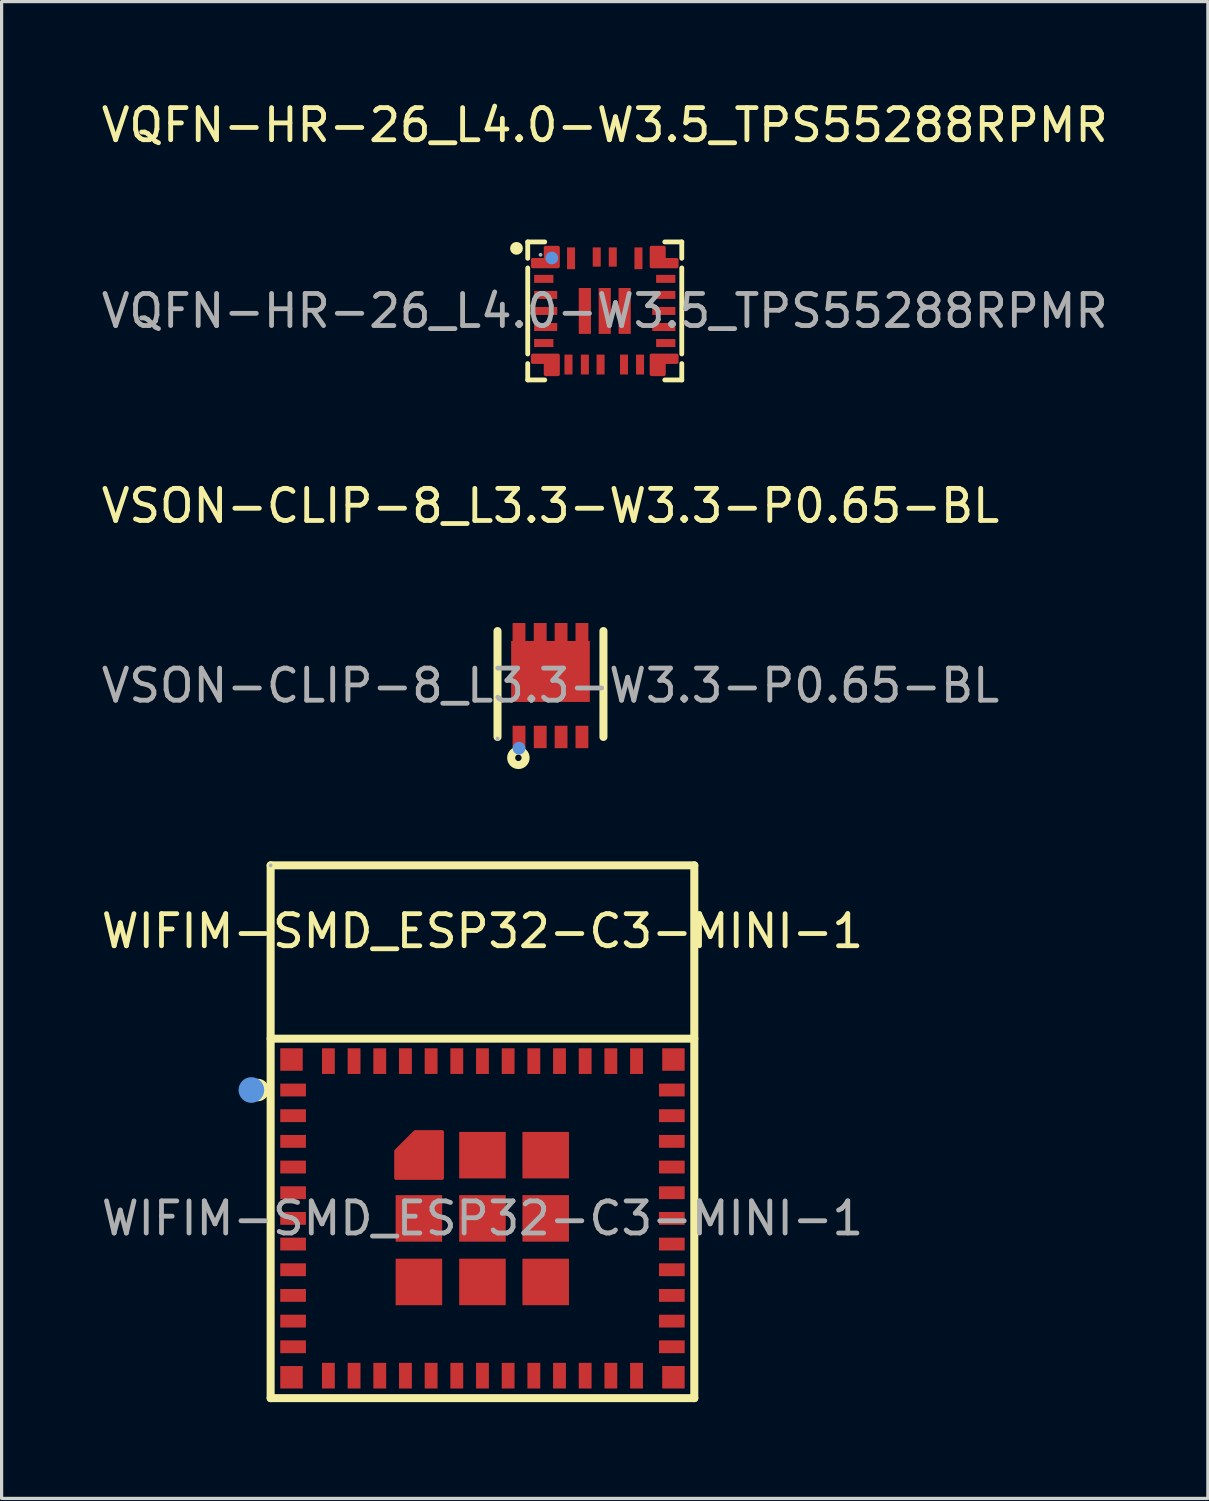
<source format=kicad_pcb>
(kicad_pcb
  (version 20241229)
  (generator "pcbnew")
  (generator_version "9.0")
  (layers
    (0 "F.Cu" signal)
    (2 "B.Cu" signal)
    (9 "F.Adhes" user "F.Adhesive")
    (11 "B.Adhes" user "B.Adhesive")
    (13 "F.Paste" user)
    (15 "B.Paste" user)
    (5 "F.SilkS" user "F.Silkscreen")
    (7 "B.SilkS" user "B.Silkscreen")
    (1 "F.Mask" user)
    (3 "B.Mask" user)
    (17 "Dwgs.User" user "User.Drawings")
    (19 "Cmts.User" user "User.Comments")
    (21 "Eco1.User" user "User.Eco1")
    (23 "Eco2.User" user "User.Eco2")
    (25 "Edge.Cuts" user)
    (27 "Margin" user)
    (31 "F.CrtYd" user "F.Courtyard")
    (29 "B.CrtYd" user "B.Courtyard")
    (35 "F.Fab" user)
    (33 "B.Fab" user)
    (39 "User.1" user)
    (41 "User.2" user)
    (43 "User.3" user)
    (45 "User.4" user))
  (footprint "VSON-CLIP-8_L3.3-W3.3-P0.65-BL"
    (layer "F.Cu")
    (at 14.101 18.311)
    (property "Reference" "VSON-CLIP-8_L3.3-W3.3-P0.65-BL" (at 0 -5.6 0) (layer "F.SilkS") (effects (font (size 1 1) (thickness 0.15))))
    (attr smd)
    (fp_line (start -1.65 -1.7) (end -1.65 1.6) (stroke (width 0.25) (type solid)) (layer "F.SilkS"))
    (fp_line (start 1.65 -1.7) (end 1.65 1.6) (stroke (width 0.25) (type solid)) (layer "F.SilkS"))
    (fp_circle (center -1 2.25) (end -0.9 2.25) (stroke (width 0.25) (type solid)) (fill no) (layer "F.SilkS"))
    (fp_circle (center -0.98 1.95) (end -0.88 1.95) (stroke (width 0.2) (type solid)) (fill no) (layer "Cmts.User"))
    (fp_circle (center -1.65 1.65) (end -1.62 1.65) (stroke (width 0.06) (type solid)) (fill no) (layer "F.Fab"))
    (fp_text user "${REFERENCE}" (at 0 0 0) (layer "F.Fab") (effects (font (size 1 1) (thickness 0.15))))
    (pad "1" smd rect (at -0.98 1.6) (size 0.4 0.7) (layers "F.Cu" "F.Mask" "F.Paste"))
    (pad "2" smd rect (at -0.32 1.6) (size 0.4 0.7) (layers "F.Cu" "F.Mask" "F.Paste"))
    (pad "3" smd rect (at 0.33 1.6) (size 0.4 0.7) (layers "F.Cu" "F.Mask" "F.Paste"))
    (pad "4" smd rect (at 0.98 1.6) (size 0.4 0.7) (layers "F.Cu" "F.Mask" "F.Paste"))
    (pad "5" smd rect (at 0.98 -1.6) (size 0.4 0.7) (layers "F.Cu" "F.Mask" "F.Paste"))
    (pad "6" smd rect (at 0.33 -1.6) (size 0.4 0.7) (layers "F.Cu" "F.Mask" "F.Paste"))
    (pad "7" smd rect (at -0.32 -1.6) (size 0.4 0.7) (layers "F.Cu" "F.Mask" "F.Paste"))
    (pad "8" smd rect (at -0.98 -1.6) (size 0.4 0.7) (layers "F.Cu" "F.Mask" "F.Paste"))
    (pad "8" smd rect (at 0 -0.44) (size 2.45 1.9) (layers "F.Cu" "F.Mask" "F.Paste")))
  (footprint "VQFN-HR-26_L4.0-W3.5_TPS55288RPMR"
    (layer "F.Cu")
    (at 15.792 6.638)
    (property "Reference" "VQFN-HR-26_L4.0-W3.5_TPS55288RPMR" (at 0 -5.79 0) (layer "F.SilkS") (effects (font (size 1 1) (thickness 0.15))))
    (attr smd)
    (fp_line (start -2.4 -2.15) (end -2.4 -1.64) (stroke (width 0.15) (type solid)) (layer "F.SilkS"))
    (fp_line (start -2.4 -1.34) (end -2.4 1.34) (stroke (width 0.15) (type solid)) (layer "F.SilkS"))
    (fp_line (start -2.4 1.64) (end -2.4 2.15) (stroke (width 0.15) (type solid)) (layer "F.SilkS"))
    (fp_line (start -2.4 2.15) (end -1.87 2.15) (stroke (width 0.15) (type solid)) (layer "F.SilkS"))
    (fp_line (start -1.87 -2.15) (end -2.4 -2.15) (stroke (width 0.15) (type solid)) (layer "F.SilkS"))
    (fp_line (start 1.87 2.15) (end 2.4 2.15) (stroke (width 0.15) (type solid)) (layer "F.SilkS"))
    (fp_line (start 2.4 -2.15) (end 1.87 -2.15) (stroke (width 0.15) (type solid)) (layer "F.SilkS"))
    (fp_line (start 2.4 -1.64) (end 2.4 -2.15) (stroke (width 0.15) (type solid)) (layer "F.SilkS"))
    (fp_line (start 2.4 1.34) (end 2.4 -1.34) (stroke (width 0.15) (type solid)) (layer "F.SilkS"))
    (fp_line (start 2.4 2.15) (end 2.4 1.64) (stroke (width 0.15) (type solid)) (layer "F.SilkS"))
    (fp_circle (center -2.75 -1.95) (end -2.65 -1.95) (stroke (width 0.2) (type solid)) (fill no) (layer "F.SilkS"))
    (fp_circle (center -1.65 -1.65) (end -1.55 -1.65) (stroke (width 0.2) (type solid)) (fill no) (layer "Cmts.User"))
    (fp_circle (center -2 -1.75) (end -1.97 -1.75) (stroke (width 0.06) (type solid)) (fill no) (layer "F.Fab"))
    (fp_text user "${REFERENCE}" (at 0 0 0) (layer "F.Fab") (effects (font (size 1 1) (thickness 0.15))))
    (pad "1" smd custom (at -1.85 -1.79) (size 0.01 0.01) (layers "F.Cu" "F.Mask" "F.Paste") (options (anchor circle)) (primitives (gr_poly (pts (xy 0.4 0.41) (xy 0.4 -0.19) (xy 0 -0.19) (xy 0 0.19) (xy -0.4 0.19) (xy -0.4 0.41)) (width 0.1) (fill yes))))
    (pad "2" smd rect (at -1.9 -1) (size 0.6 0.25) (layers "F.Cu" "F.Mask" "F.Paste"))
    (pad "3" smd rect (at -1.84 -0.5) (size 0.72 0.25) (layers "F.Cu" "F.Mask" "F.Paste"))
    (pad "4" smd rect (at -1.84 0) (size 0.72 0.25) (layers "F.Cu" "F.Mask" "F.Paste"))
    (pad "5" smd rect (at -1.84 0.5) (size 0.72 0.25) (layers "F.Cu" "F.Mask" "F.Paste"))
    (pad "6" smd rect (at -1.9 1) (size 0.6 0.25) (layers "F.Cu" "F.Mask" "F.Paste"))
    (pad "7" smd custom (at -1.85 1.79) (size 0.01 0.01) (layers "F.Cu" "F.Mask" "F.Paste") (options (anchor circle)) (primitives (gr_poly (pts (xy 0.4 -0.41) (xy 0.4 0.19) (xy 0 0.19) (xy 0 -0.19) (xy -0.4 -0.19) (xy -0.4 -0.41)) (width 0.1) (fill yes))))
    (pad "8" smd rect (at -1.13 1.67) (size 0.25 0.62) (layers "F.Cu" "F.Mask" "F.Paste"))
    (pad "9" smd rect (at -0.62 1.67) (size 0.25 0.62) (layers "F.Cu" "F.Mask" "F.Paste"))
    (pad "10" smd rect (at -0.13 1.67) (size 0.25 0.62) (layers "F.Cu" "F.Mask" "F.Paste"))
    (pad "11" smd rect (at 0.6 1.67) (size 0.25 0.62) (layers "F.Cu" "F.Mask" "F.Paste"))
    (pad "12" smd rect (at 1.1 1.67) (size 0.25 0.62) (layers "F.Cu" "F.Mask" "F.Paste"))
    (pad "13" smd custom (at 1.85 1.79) (size 0.01 0.01) (layers "F.Cu" "F.Mask" "F.Paste") (options (anchor circle)) (primitives (gr_poly (pts (xy -0.4 -0.41) (xy -0.4 0.19) (xy 0 0.19) (xy 0 -0.19) (xy 0.4 -0.19) (xy 0.4 -0.41)) (width 0.1) (fill yes))))
    (pad "14" smd rect (at 1.9 1) (size 0.6 0.25) (layers "F.Cu" "F.Mask" "F.Paste"))
    (pad "15" smd rect (at 1.84 0.5) (size 0.72 0.25) (layers "F.Cu" "F.Mask" "F.Paste"))
    (pad "16" smd rect (at 1.84 0) (size 0.72 0.25) (layers "F.Cu" "F.Mask" "F.Paste"))
    (pad "17" smd rect (at 1.84 -0.5) (size 0.72 0.25) (layers "F.Cu" "F.Mask" "F.Paste"))
    (pad "18" smd rect (at 1.9 -1) (size 0.6 0.25) (layers "F.Cu" "F.Mask" "F.Paste"))
    (pad "19" smd custom (at 1.85 -1.79) (size 0.01 0.01) (layers "F.Cu" "F.Mask" "F.Paste") (options (anchor circle)) (primitives (gr_poly (pts (xy -0.4 0.41) (xy -0.4 -0.19) (xy 0 -0.19) (xy 0 0.19) (xy 0.4 0.19) (xy 0.4 0.41)) (width 0.1) (fill yes))))
    (pad "20" smd rect (at 1.05 -1.64) (size 0.25 0.68) (layers "F.Cu" "F.Mask" "F.Paste"))
    (pad "21" smd rect (at 0.25 -1.68) (size 0.25 0.6) (layers "F.Cu" "F.Mask" "F.Paste"))
    (pad "22" smd rect (at -0.25 -1.68) (size 0.25 0.6) (layers "F.Cu" "F.Mask" "F.Paste"))
    (pad "23" smd rect (at -1.05 -1.64) (size 0.25 0.68) (layers "F.Cu" "F.Mask" "F.Paste"))
    (pad "24" smd rect (at -0.62 0) (size 0.38 1.43) (layers "F.Cu" "F.Mask" "F.Paste"))
    (pad "25" smd rect (at 0 0) (size 0.38 1.43) (layers "F.Cu" "F.Mask" "F.Paste"))
    (pad "26" smd rect (at 0.62 0) (size 0.38 1.43) (layers "F.Cu" "F.Mask" "F.Paste")))
  (footprint "WIFIM-SMD_ESP32-C3-MINI-1"
    (layer "F.Cu")
    (at 11.982 34.911)
    (property "Reference" "WIFIM-SMD_ESP32-C3-MINI-1" (at 0 -8.95 0) (layer "F.SilkS") (effects (font (size 1 1) (thickness 0.15))))
    (attr smd)
    (fp_line (start -6.6 -11) (end 6.6 -11) (stroke (width 0.25) (type solid)) (layer "F.SilkS"))
    (fp_line (start -6.6 5.6) (end -6.6 -11) (stroke (width 0.25) (type solid)) (layer "F.SilkS"))
    (fp_line (start -6.6 5.6) (end 6.6 5.6) (stroke (width 0.25) (type solid)) (layer "F.SilkS"))
    (fp_line (start 6.6 -5.6) (end -6.6 -5.6) (stroke (width 0.25) (type solid)) (layer "F.SilkS"))
    (fp_line (start 6.6 5.6) (end 6.6 -11) (stroke (width 0.25) (type solid)) (layer "F.SilkS"))
    (fp_circle (center -7 -4) (end -6.9 -4) (stroke (width 0.25) (type solid)) (fill no) (layer "F.SilkS"))
    (fp_circle (center -7.2 -4) (end -7 -4) (stroke (width 0.4) (type solid)) (fill no) (layer "Cmts.User"))
    (fp_circle (center -6.6 -11) (end -6.57 -11) (stroke (width 0.06) (type solid)) (fill no) (layer "F.Fab"))
    (fp_text user "${REFERENCE}" (at 0 0 0) (layer "F.Fab") (effects (font (size 1 1) (thickness 0.15))))
    (pad "1" smd rect (at -5.9 -4 90) (size 0.4 0.8) (layers "F.Cu" "F.Mask" "F.Paste"))
    (pad "2" smd rect (at -5.9 -3.2 90) (size 0.4 0.8) (layers "F.Cu" "F.Mask" "F.Paste"))
    (pad "3" smd rect (at -5.9 -2.4 90) (size 0.4 0.8) (layers "F.Cu" "F.Mask" "F.Paste"))
    (pad "4" smd rect (at -5.9 -1.6 90) (size 0.4 0.8) (layers "F.Cu" "F.Mask" "F.Paste"))
    (pad "5" smd rect (at -5.9 -0.8 90) (size 0.4 0.8) (layers "F.Cu" "F.Mask" "F.Paste"))
    (pad "6" smd rect (at -5.9 0 90) (size 0.4 0.8) (layers "F.Cu" "F.Mask" "F.Paste"))
    (pad "7" smd rect (at -5.9 0.8 90) (size 0.4 0.8) (layers "F.Cu" "F.Mask" "F.Paste"))
    (pad "8" smd rect (at -5.9 1.6 90) (size 0.4 0.8) (layers "F.Cu" "F.Mask" "F.Paste"))
    (pad "9" smd rect (at -5.9 2.4 90) (size 0.4 0.8) (layers "F.Cu" "F.Mask" "F.Paste"))
    (pad "10" smd rect (at -5.9 3.2 90) (size 0.4 0.8) (layers "F.Cu" "F.Mask" "F.Paste"))
    (pad "11" smd rect (at -5.9 4 90) (size 0.4 0.8) (layers "F.Cu" "F.Mask" "F.Paste"))
    (pad "12" smd rect (at -4.8 4.9 180) (size 0.4 0.8) (layers "F.Cu" "F.Mask" "F.Paste"))
    (pad "13" smd rect (at -4 4.9 180) (size 0.4 0.8) (layers "F.Cu" "F.Mask" "F.Paste"))
    (pad "14" smd rect (at -3.2 4.9 180) (size 0.4 0.8) (layers "F.Cu" "F.Mask" "F.Paste"))
    (pad "15" smd rect (at -2.4 4.9 180) (size 0.4 0.8) (layers "F.Cu" "F.Mask" "F.Paste"))
    (pad "16" smd rect (at -1.6 4.9 180) (size 0.4 0.8) (layers "F.Cu" "F.Mask" "F.Paste"))
    (pad "17" smd rect (at -0.8 4.9 180) (size 0.4 0.8) (layers "F.Cu" "F.Mask" "F.Paste"))
    (pad "18" smd rect (at 0 4.9 180) (size 0.4 0.8) (layers "F.Cu" "F.Mask" "F.Paste"))
    (pad "19" smd rect (at 0.8 4.9 180) (size 0.4 0.8) (layers "F.Cu" "F.Mask" "F.Paste"))
    (pad "20" smd rect (at 1.6 4.9 180) (size 0.4 0.8) (layers "F.Cu" "F.Mask" "F.Paste"))
    (pad "21" smd rect (at 2.4 4.9 180) (size 0.4 0.8) (layers "F.Cu" "F.Mask" "F.Paste"))
    (pad "22" smd rect (at 3.2 4.9 180) (size 0.4 0.8) (layers "F.Cu" "F.Mask" "F.Paste"))
    (pad "23" smd rect (at 4 4.9 180) (size 0.4 0.8) (layers "F.Cu" "F.Mask" "F.Paste"))
    (pad "24" smd rect (at 4.8 4.9 180) (size 0.4 0.8) (layers "F.Cu" "F.Mask" "F.Paste"))
    (pad "25" smd rect (at 5.9 4 270) (size 0.4 0.8) (layers "F.Cu" "F.Mask" "F.Paste"))
    (pad "26" smd rect (at 5.9 3.2 270) (size 0.4 0.8) (layers "F.Cu" "F.Mask" "F.Paste"))
    (pad "27" smd rect (at 5.9 2.4 270) (size 0.4 0.8) (layers "F.Cu" "F.Mask" "F.Paste"))
    (pad "28" smd rect (at 5.9 1.6 270) (size 0.4 0.8) (layers "F.Cu" "F.Mask" "F.Paste"))
    (pad "29" smd rect (at 5.9 0.8 270) (size 0.4 0.8) (layers "F.Cu" "F.Mask" "F.Paste"))
    (pad "30" smd rect (at 5.9 0 270) (size 0.4 0.8) (layers "F.Cu" "F.Mask" "F.Paste"))
    (pad "31" smd rect (at 5.9 -0.8 270) (size 0.4 0.8) (layers "F.Cu" "F.Mask" "F.Paste"))
    (pad "32" smd rect (at 5.9 -1.6 270) (size 0.4 0.8) (layers "F.Cu" "F.Mask" "F.Paste"))
    (pad "33" smd rect (at 5.9 -2.4 270) (size 0.4 0.8) (layers "F.Cu" "F.Mask" "F.Paste"))
    (pad "34" smd rect (at 5.9 -3.2 270) (size 0.4 0.8) (layers "F.Cu" "F.Mask" "F.Paste"))
    (pad "35" smd rect (at 5.9 -4 270) (size 0.4 0.8) (layers "F.Cu" "F.Mask" "F.Paste"))
    (pad "36" smd rect (at 4.8 -4.9) (size 0.4 0.8) (layers "F.Cu" "F.Mask" "F.Paste"))
    (pad "37" smd rect (at 4 -4.9) (size 0.4 0.8) (layers "F.Cu" "F.Mask" "F.Paste"))
    (pad "38" smd rect (at 3.2 -4.9) (size 0.4 0.8) (layers "F.Cu" "F.Mask" "F.Paste"))
    (pad "39" smd rect (at 2.4 -4.9) (size 0.4 0.8) (layers "F.Cu" "F.Mask" "F.Paste"))
    (pad "40" smd rect (at 1.6 -4.9) (size 0.4 0.8) (layers "F.Cu" "F.Mask" "F.Paste"))
    (pad "41" smd rect (at 0.8 -4.9) (size 0.4 0.8) (layers "F.Cu" "F.Mask" "F.Paste"))
    (pad "42" smd rect (at 0 -4.9) (size 0.4 0.8) (layers "F.Cu" "F.Mask" "F.Paste"))
    (pad "43" smd rect (at -0.8 -4.9) (size 0.4 0.8) (layers "F.Cu" "F.Mask" "F.Paste"))
    (pad "44" smd rect (at -1.6 -4.9) (size 0.4 0.8) (layers "F.Cu" "F.Mask" "F.Paste"))
    (pad "45" smd rect (at -2.4 -4.9) (size 0.4 0.8) (layers "F.Cu" "F.Mask" "F.Paste"))
    (pad "46" smd rect (at -3.2 -4.9) (size 0.4 0.8) (layers "F.Cu" "F.Mask" "F.Paste"))
    (pad "47" smd rect (at -4 -4.9) (size 0.4 0.8) (layers "F.Cu" "F.Mask" "F.Paste"))
    (pad "48" smd rect (at -4.8 -4.9) (size 0.4 0.8) (layers "F.Cu" "F.Mask" "F.Paste"))
    (pad "49" smd custom (at -1.98 -1.98) (size 0.01 0.01) (layers "F.Cu" "F.Mask" "F.Paste") (options (anchor circle)) (primitives (gr_poly (pts (xy -0.72 -0.12) (xy -0.12 -0.72) (xy 0.73 -0.72) (xy 0.73 0.73) (xy -0.72 0.73)) (width 0.1) (fill yes))))
    (pad "49" smd rect (at -1.98 0) (size 1.45 1.45) (layers "F.Cu" "F.Mask" "F.Paste"))
    (pad "49" smd rect (at -1.98 1.98) (size 1.45 1.45) (layers "F.Cu" "F.Mask" "F.Paste"))
    (pad "49" smd rect (at 0 -1.97) (size 1.45 1.45) (layers "F.Cu" "F.Mask" "F.Paste"))
    (pad "49" smd rect (at 0 0) (size 1.45 1.45) (layers "F.Cu" "F.Mask" "F.Paste"))
    (pad "49" smd rect (at 0 1.98) (size 1.45 1.45) (layers "F.Cu" "F.Mask" "F.Paste"))
    (pad "49" smd rect (at 1.97 -1.97) (size 1.45 1.45) (layers "F.Cu" "F.Mask" "F.Paste"))
    (pad "49" smd rect (at 1.97 0) (size 1.45 1.45) (layers "F.Cu" "F.Mask" "F.Paste"))
    (pad "49" smd rect (at 1.97 1.98) (size 1.45 1.45) (layers "F.Cu" "F.Mask" "F.Paste"))
    (pad "50" smd rect (at 5.95 -4.95) (size 0.7 0.7) (layers "F.Cu" "F.Mask" "F.Paste"))
    (pad "51" smd rect (at 5.95 4.95) (size 0.7 0.7) (layers "F.Cu" "F.Mask" "F.Paste"))
    (pad "52" smd rect (at -5.95 4.95) (size 0.7 0.7) (layers "F.Cu" "F.Mask" "F.Paste"))
    (pad "53" smd rect (at -5.95 -4.95) (size 0.7 0.7) (layers "F.Cu" "F.Mask" "F.Paste")))
  (gr_rect
    (start -3 -3)
    (end 34.583 43.636)
    (stroke (width 0.1) (type default))
    (fill no)
    (layer "Edge.Cuts")))
</source>
